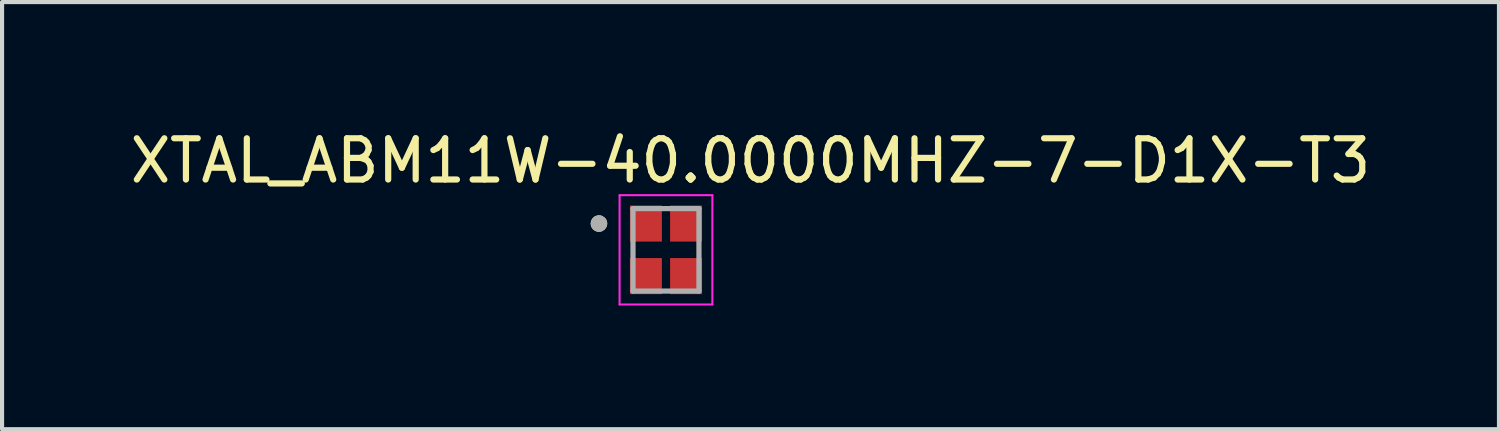
<source format=kicad_pcb>
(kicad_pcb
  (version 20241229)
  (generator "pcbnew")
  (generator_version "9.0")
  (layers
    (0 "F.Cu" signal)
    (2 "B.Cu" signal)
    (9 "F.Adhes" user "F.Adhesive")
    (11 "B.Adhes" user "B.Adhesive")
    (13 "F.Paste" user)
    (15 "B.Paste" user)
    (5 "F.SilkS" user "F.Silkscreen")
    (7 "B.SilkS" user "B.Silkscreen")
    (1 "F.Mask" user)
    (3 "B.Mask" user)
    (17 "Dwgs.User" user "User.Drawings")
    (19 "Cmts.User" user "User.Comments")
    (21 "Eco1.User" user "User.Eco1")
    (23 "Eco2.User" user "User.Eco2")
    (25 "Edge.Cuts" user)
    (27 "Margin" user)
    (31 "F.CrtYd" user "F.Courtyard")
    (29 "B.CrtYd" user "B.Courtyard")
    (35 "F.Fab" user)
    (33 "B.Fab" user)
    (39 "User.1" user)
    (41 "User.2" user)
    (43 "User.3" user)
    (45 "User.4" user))
  (footprint "XTAL_ABM11W-40.0000MHZ-7-D1X-T3"
    (layer "F.Cu")
    (at 13.099 3.008)
    (property "Reference" "XTAL_ABM11W-40.0000MHZ-7-D1X-T3" (at 2.05 -2.16 0) (layer "F.SilkS") (effects (font (size 1 1) (thickness 0.15))))
    (attr smd)
    (fp_circle (center -1.625 -0.637) (end -1.525 -0.637) (stroke (width 0.2) (type solid)) (fill no) (layer "F.SilkS"))
    (fp_line (start -1.125 -1.325) (end -1.125 1.325) (stroke (width 0.05) (type solid)) (layer "F.CrtYd"))
    (fp_line (start -1.125 -1.325) (end 1.125 -1.325) (stroke (width 0.05) (type solid)) (layer "F.CrtYd"))
    (fp_line (start 1.125 -1.325) (end 1.125 1.325) (stroke (width 0.05) (type solid)) (layer "F.CrtYd"))
    (fp_line (start 1.125 1.325) (end -1.125 1.325) (stroke (width 0.05) (type solid)) (layer "F.CrtYd"))
    (fp_line (start -0.8 -1) (end -0.8 1) (stroke (width 0.127) (type solid)) (layer "F.Fab"))
    (fp_line (start -0.8 -1) (end 0.8 -1) (stroke (width 0.127) (type solid)) (layer "F.Fab"))
    (fp_line (start 0.8 -1) (end 0.8 1) (stroke (width 0.127) (type solid)) (layer "F.Fab"))
    (fp_line (start 0.8 1) (end -0.8 1) (stroke (width 0.127) (type solid)) (layer "F.Fab"))
    (fp_circle (center -1.625 -0.637) (end -1.525 -0.637) (stroke (width 0.2) (type solid)) (fill no) (layer "F.Fab"))
    (pad "1" smd rect (at -0.487 -0.637) (size 0.775 0.875) (layers "F.Cu" "F.Mask" "F.Paste"))
    (pad "2" smd rect (at -0.487 0.637) (size 0.775 0.875) (layers "F.Cu" "F.Mask" "F.Paste"))
    (pad "3" smd rect (at 0.487 0.637) (size 0.775 0.875) (layers "F.Cu" "F.Mask" "F.Paste"))
    (pad "4" smd rect (at 0.487 -0.637) (size 0.775 0.875) (layers "F.Cu" "F.Mask" "F.Paste")))
  (gr_rect
    (start -3 -3)
    (end 33.298 7.358)
    (stroke (width 0.1) (type default))
    (fill no)
    (layer "Edge.Cuts")))
</source>
